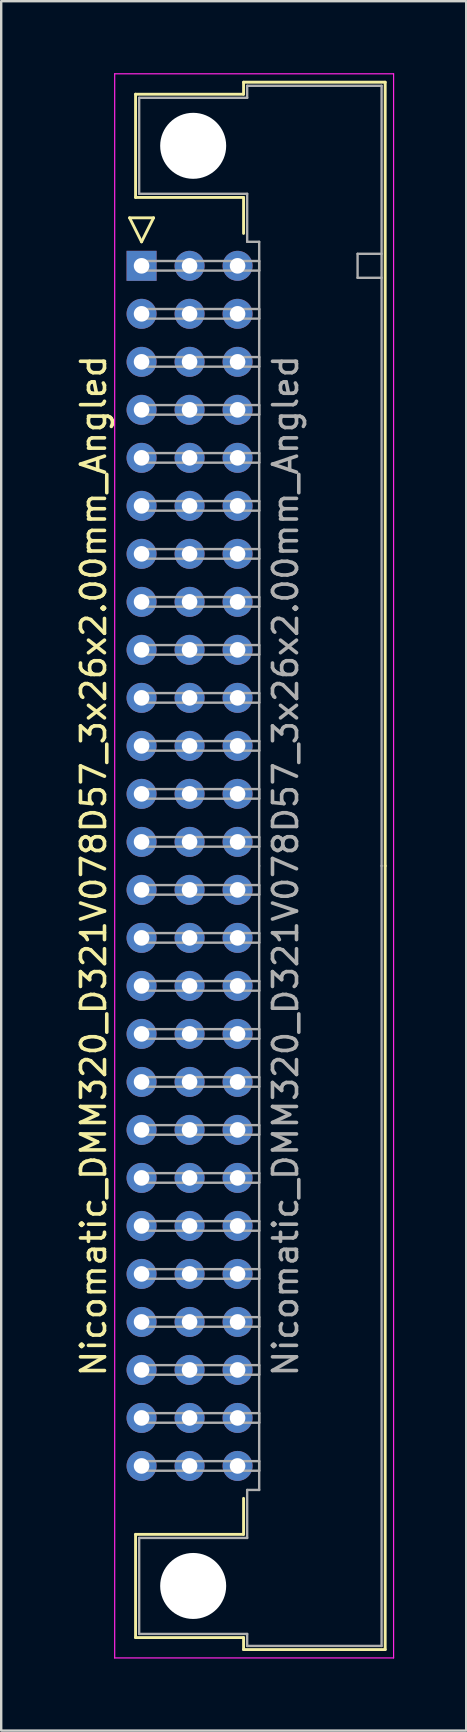
<source format=kicad_pcb>
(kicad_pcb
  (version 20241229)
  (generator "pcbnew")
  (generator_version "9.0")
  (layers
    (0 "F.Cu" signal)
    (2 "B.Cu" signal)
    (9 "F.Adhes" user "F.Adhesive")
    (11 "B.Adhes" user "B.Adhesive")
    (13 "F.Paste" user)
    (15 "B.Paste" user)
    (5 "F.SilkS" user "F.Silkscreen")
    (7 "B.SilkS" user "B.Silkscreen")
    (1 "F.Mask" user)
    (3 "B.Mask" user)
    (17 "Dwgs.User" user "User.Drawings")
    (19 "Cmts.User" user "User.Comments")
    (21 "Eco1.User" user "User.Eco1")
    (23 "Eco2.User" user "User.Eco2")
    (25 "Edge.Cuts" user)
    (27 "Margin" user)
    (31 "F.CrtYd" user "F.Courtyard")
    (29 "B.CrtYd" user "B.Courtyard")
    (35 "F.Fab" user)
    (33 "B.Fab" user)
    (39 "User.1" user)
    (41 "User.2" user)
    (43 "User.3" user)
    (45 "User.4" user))
  (footprint "Nicomatic_DMM320_D321V078D57_3x26x2.00mm_Angled"
    (layer "F.Cu")
    (at 2.848 8.025)
    (property "Reference" "Nicomatic_DMM320_D321V078D57_3x26x2.00mm_Angled" (at -2 25 90) (layer "F.SilkS") (effects (font (size 1 1) (thickness 0.15))))
    (attr through_hole)
    (fp_line (start -0.5 -2) (end 0 -1) (stroke (width 0.12) (type solid)) (layer "F.SilkS"))
    (fp_line (start -0.25 -7.15) (end -0.25 -2.85) (stroke (width 0.12) (type solid)) (layer "F.SilkS"))
    (fp_line (start -0.25 -2.85) (end 4.25 -2.85) (stroke (width 0.12) (type solid)) (layer "F.SilkS"))
    (fp_line (start -0.25 52.85) (end 4.25 52.85) (stroke (width 0.12) (type solid)) (layer "F.SilkS"))
    (fp_line (start -0.25 57.15) (end -0.25 52.85) (stroke (width 0.12) (type solid)) (layer "F.SilkS"))
    (fp_line (start 0 -1) (end 0.5 -2) (stroke (width 0.12) (type solid)) (layer "F.SilkS"))
    (fp_line (start 0.5 -2) (end -0.5 -2) (stroke (width 0.12) (type solid)) (layer "F.SilkS"))
    (fp_line (start 4.25 -7.65) (end 4.25 -7.15) (stroke (width 0.12) (type solid)) (layer "F.SilkS"))
    (fp_line (start 4.25 -7.15) (end -0.25 -7.15) (stroke (width 0.12) (type solid)) (layer "F.SilkS"))
    (fp_line (start 4.25 -2.85) (end 4.25 -1.35) (stroke (width 0.12) (type solid)) (layer "F.SilkS"))
    (fp_line (start 4.25 52.85) (end 4.25 51.35) (stroke (width 0.12) (type solid)) (layer "F.SilkS"))
    (fp_line (start 4.25 57.15) (end -0.25 57.15) (stroke (width 0.12) (type solid)) (layer "F.SilkS"))
    (fp_line (start 4.25 57.65) (end 4.25 57.15) (stroke (width 0.12) (type solid)) (layer "F.SilkS"))
    (fp_line (start 10.15 -7.65) (end 4.25 -7.65) (stroke (width 0.12) (type solid)) (layer "F.SilkS"))
    (fp_line (start 10.15 25) (end 10.15 -7.65) (stroke (width 0.12) (type solid)) (layer "F.SilkS"))
    (fp_line (start 10.15 25) (end 10.15 57.65) (stroke (width 0.12) (type solid)) (layer "F.SilkS"))
    (fp_line (start 10.15 57.65) (end 4.25 57.65) (stroke (width 0.12) (type solid)) (layer "F.SilkS"))
    (fp_line (start -1.12 -8) (end -1.12 58) (stroke (width 0.05) (type solid)) (layer "F.CrtYd"))
    (fp_line (start -1.12 58) (end 10.5 58) (stroke (width 0.05) (type solid)) (layer "F.CrtYd"))
    (fp_line (start 10.5 -8) (end -1.12 -8) (stroke (width 0.05) (type solid)) (layer "F.CrtYd"))
    (fp_line (start 10.5 58) (end 10.5 -8) (stroke (width 0.05) (type solid)) (layer "F.CrtYd"))
    (fp_line (start -0.1 -7) (end -0.1 -3) (stroke (width 0.1) (type solid)) (layer "F.Fab"))
    (fp_line (start -0.1 -3) (end 4.4 -3) (stroke (width 0.1) (type solid)) (layer "F.Fab"))
    (fp_line (start -0.1 53) (end 4.4 53) (stroke (width 0.1) (type solid)) (layer "F.Fab"))
    (fp_line (start -0.1 57) (end -0.1 53) (stroke (width 0.1) (type solid)) (layer "F.Fab"))
    (fp_line (start 0 -0.2) (end 0 0.2) (stroke (width 0.1) (type solid)) (layer "F.Fab"))
    (fp_line (start 0 0.2) (end 4.9 0.2) (stroke (width 0.1) (type solid)) (layer "F.Fab"))
    (fp_line (start 0 1.8) (end 0 2.2) (stroke (width 0.1) (type solid)) (layer "F.Fab"))
    (fp_line (start 0 2.2) (end 4.9 2.2) (stroke (width 0.1) (type solid)) (layer "F.Fab"))
    (fp_line (start 0 3.8) (end 0 4.2) (stroke (width 0.1) (type solid)) (layer "F.Fab"))
    (fp_line (start 0 4.2) (end 4.9 4.2) (stroke (width 0.1) (type solid)) (layer "F.Fab"))
    (fp_line (start 0 5.8) (end 0 6.2) (stroke (width 0.1) (type solid)) (layer "F.Fab"))
    (fp_line (start 0 6.2) (end 4.9 6.2) (stroke (width 0.1) (type solid)) (layer "F.Fab"))
    (fp_line (start 0 7.8) (end 0 8.2) (stroke (width 0.1) (type solid)) (layer "F.Fab"))
    (fp_line (start 0 8.2) (end 4.9 8.2) (stroke (width 0.1) (type solid)) (layer "F.Fab"))
    (fp_line (start 0 9.8) (end 0 10.2) (stroke (width 0.1) (type solid)) (layer "F.Fab"))
    (fp_line (start 0 10.2) (end 4.9 10.2) (stroke (width 0.1) (type solid)) (layer "F.Fab"))
    (fp_line (start 0 11.8) (end 0 12.2) (stroke (width 0.1) (type solid)) (layer "F.Fab"))
    (fp_line (start 0 12.2) (end 4.9 12.2) (stroke (width 0.1) (type solid)) (layer "F.Fab"))
    (fp_line (start 0 13.8) (end 0 14.2) (stroke (width 0.1) (type solid)) (layer "F.Fab"))
    (fp_line (start 0 14.2) (end 4.9 14.2) (stroke (width 0.1) (type solid)) (layer "F.Fab"))
    (fp_line (start 0 15.8) (end 0 16.2) (stroke (width 0.1) (type solid)) (layer "F.Fab"))
    (fp_line (start 0 16.2) (end 4.9 16.2) (stroke (width 0.1) (type solid)) (layer "F.Fab"))
    (fp_line (start 0 17.8) (end 0 18.2) (stroke (width 0.1) (type solid)) (layer "F.Fab"))
    (fp_line (start 0 18.2) (end 4.9 18.2) (stroke (width 0.1) (type solid)) (layer "F.Fab"))
    (fp_line (start 0 19.8) (end 0 20.2) (stroke (width 0.1) (type solid)) (layer "F.Fab"))
    (fp_line (start 0 20.2) (end 4.9 20.2) (stroke (width 0.1) (type solid)) (layer "F.Fab"))
    (fp_line (start 0 21.8) (end 0 22.2) (stroke (width 0.1) (type solid)) (layer "F.Fab"))
    (fp_line (start 0 22.2) (end 4.9 22.2) (stroke (width 0.1) (type solid)) (layer "F.Fab"))
    (fp_line (start 0 23.8) (end 0 24.2) (stroke (width 0.1) (type solid)) (layer "F.Fab"))
    (fp_line (start 0 24.2) (end 4.9 24.2) (stroke (width 0.1) (type solid)) (layer "F.Fab"))
    (fp_line (start 0 25.8) (end 0 26.2) (stroke (width 0.1) (type solid)) (layer "F.Fab"))
    (fp_line (start 0 26.2) (end 4.9 26.2) (stroke (width 0.1) (type solid)) (layer "F.Fab"))
    (fp_line (start 0 27.8) (end 0 28.2) (stroke (width 0.1) (type solid)) (layer "F.Fab"))
    (fp_line (start 0 28.2) (end 4.9 28.2) (stroke (width 0.1) (type solid)) (layer "F.Fab"))
    (fp_line (start 0 29.8) (end 0 30.2) (stroke (width 0.1) (type solid)) (layer "F.Fab"))
    (fp_line (start 0 30.2) (end 4.9 30.2) (stroke (width 0.1) (type solid)) (layer "F.Fab"))
    (fp_line (start 0 31.8) (end 0 32.2) (stroke (width 0.1) (type solid)) (layer "F.Fab"))
    (fp_line (start 0 32.2) (end 4.9 32.2) (stroke (width 0.1) (type solid)) (layer "F.Fab"))
    (fp_line (start 0 33.8) (end 0 34.2) (stroke (width 0.1) (type solid)) (layer "F.Fab"))
    (fp_line (start 0 34.2) (end 4.9 34.2) (stroke (width 0.1) (type solid)) (layer "F.Fab"))
    (fp_line (start 0 35.8) (end 0 36.2) (stroke (width 0.1) (type solid)) (layer "F.Fab"))
    (fp_line (start 0 36.2) (end 4.9 36.2) (stroke (width 0.1) (type solid)) (layer "F.Fab"))
    (fp_line (start 0 37.8) (end 0 38.2) (stroke (width 0.1) (type solid)) (layer "F.Fab"))
    (fp_line (start 0 38.2) (end 4.9 38.2) (stroke (width 0.1) (type solid)) (layer "F.Fab"))
    (fp_line (start 0 39.8) (end 0 40.2) (stroke (width 0.1) (type solid)) (layer "F.Fab"))
    (fp_line (start 0 40.2) (end 4.9 40.2) (stroke (width 0.1) (type solid)) (layer "F.Fab"))
    (fp_line (start 0 41.8) (end 0 42.2) (stroke (width 0.1) (type solid)) (layer "F.Fab"))
    (fp_line (start 0 42.2) (end 4.9 42.2) (stroke (width 0.1) (type solid)) (layer "F.Fab"))
    (fp_line (start 0 43.8) (end 0 44.2) (stroke (width 0.1) (type solid)) (layer "F.Fab"))
    (fp_line (start 0 44.2) (end 4.9 44.2) (stroke (width 0.1) (type solid)) (layer "F.Fab"))
    (fp_line (start 0 45.8) (end 0 46.2) (stroke (width 0.1) (type solid)) (layer "F.Fab"))
    (fp_line (start 0 46.2) (end 4.9 46.2) (stroke (width 0.1) (type solid)) (layer "F.Fab"))
    (fp_line (start 0 47.8) (end 0 48.2) (stroke (width 0.1) (type solid)) (layer "F.Fab"))
    (fp_line (start 0 48.2) (end 4.9 48.2) (stroke (width 0.1) (type solid)) (layer "F.Fab"))
    (fp_line (start 0 49.8) (end 0 50.2) (stroke (width 0.1) (type solid)) (layer "F.Fab"))
    (fp_line (start 0 50.2) (end 4.9 50.2) (stroke (width 0.1) (type solid)) (layer "F.Fab"))
    (fp_line (start 4.4 -7.5) (end 4.4 -7) (stroke (width 0.1) (type solid)) (layer "F.Fab"))
    (fp_line (start 4.4 -7) (end -0.1 -7) (stroke (width 0.1) (type solid)) (layer "F.Fab"))
    (fp_line (start 4.4 -3) (end 4.4 -1) (stroke (width 0.1) (type solid)) (layer "F.Fab"))
    (fp_line (start 4.4 -1) (end 4.9 -1) (stroke (width 0.1) (type solid)) (layer "F.Fab"))
    (fp_line (start 4.4 51) (end 4.9 51) (stroke (width 0.1) (type solid)) (layer "F.Fab"))
    (fp_line (start 4.4 53) (end 4.4 51) (stroke (width 0.1) (type solid)) (layer "F.Fab"))
    (fp_line (start 4.4 57) (end -0.1 57) (stroke (width 0.1) (type solid)) (layer "F.Fab"))
    (fp_line (start 4.4 57.5) (end 4.4 57) (stroke (width 0.1) (type solid)) (layer "F.Fab"))
    (fp_line (start 4.9 -1) (end 4.9 25) (stroke (width 0.1) (type solid)) (layer "F.Fab"))
    (fp_line (start 4.9 -0.2) (end 0 -0.2) (stroke (width 0.1) (type solid)) (layer "F.Fab"))
    (fp_line (start 4.9 0.2) (end 4.9 -0.2) (stroke (width 0.1) (type solid)) (layer "F.Fab"))
    (fp_line (start 4.9 1.8) (end 0 1.8) (stroke (width 0.1) (type solid)) (layer "F.Fab"))
    (fp_line (start 4.9 2.2) (end 4.9 1.8) (stroke (width 0.1) (type solid)) (layer "F.Fab"))
    (fp_line (start 4.9 3.8) (end 0 3.8) (stroke (width 0.1) (type solid)) (layer "F.Fab"))
    (fp_line (start 4.9 4.2) (end 4.9 3.8) (stroke (width 0.1) (type solid)) (layer "F.Fab"))
    (fp_line (start 4.9 5.8) (end 0 5.8) (stroke (width 0.1) (type solid)) (layer "F.Fab"))
    (fp_line (start 4.9 6.2) (end 4.9 5.8) (stroke (width 0.1) (type solid)) (layer "F.Fab"))
    (fp_line (start 4.9 7.8) (end 0 7.8) (stroke (width 0.1) (type solid)) (layer "F.Fab"))
    (fp_line (start 4.9 8.2) (end 4.9 7.8) (stroke (width 0.1) (type solid)) (layer "F.Fab"))
    (fp_line (start 4.9 9.8) (end 0 9.8) (stroke (width 0.1) (type solid)) (layer "F.Fab"))
    (fp_line (start 4.9 10.2) (end 4.9 9.8) (stroke (width 0.1) (type solid)) (layer "F.Fab"))
    (fp_line (start 4.9 11.8) (end 0 11.8) (stroke (width 0.1) (type solid)) (layer "F.Fab"))
    (fp_line (start 4.9 12.2) (end 4.9 11.8) (stroke (width 0.1) (type solid)) (layer "F.Fab"))
    (fp_line (start 4.9 13.8) (end 0 13.8) (stroke (width 0.1) (type solid)) (layer "F.Fab"))
    (fp_line (start 4.9 14.2) (end 4.9 13.8) (stroke (width 0.1) (type solid)) (layer "F.Fab"))
    (fp_line (start 4.9 15.8) (end 0 15.8) (stroke (width 0.1) (type solid)) (layer "F.Fab"))
    (fp_line (start 4.9 16.2) (end 4.9 15.8) (stroke (width 0.1) (type solid)) (layer "F.Fab"))
    (fp_line (start 4.9 17.8) (end 0 17.8) (stroke (width 0.1) (type solid)) (layer "F.Fab"))
    (fp_line (start 4.9 18.2) (end 4.9 17.8) (stroke (width 0.1) (type solid)) (layer "F.Fab"))
    (fp_line (start 4.9 19.8) (end 0 19.8) (stroke (width 0.1) (type solid)) (layer "F.Fab"))
    (fp_line (start 4.9 20.2) (end 4.9 19.8) (stroke (width 0.1) (type solid)) (layer "F.Fab"))
    (fp_line (start 4.9 21.8) (end 0 21.8) (stroke (width 0.1) (type solid)) (layer "F.Fab"))
    (fp_line (start 4.9 22.2) (end 4.9 21.8) (stroke (width 0.1) (type solid)) (layer "F.Fab"))
    (fp_line (start 4.9 23.8) (end 0 23.8) (stroke (width 0.1) (type solid)) (layer "F.Fab"))
    (fp_line (start 4.9 24.2) (end 4.9 23.8) (stroke (width 0.1) (type solid)) (layer "F.Fab"))
    (fp_line (start 4.9 25.8) (end 0 25.8) (stroke (width 0.1) (type solid)) (layer "F.Fab"))
    (fp_line (start 4.9 26.2) (end 4.9 25.8) (stroke (width 0.1) (type solid)) (layer "F.Fab"))
    (fp_line (start 4.9 27.8) (end 0 27.8) (stroke (width 0.1) (type solid)) (layer "F.Fab"))
    (fp_line (start 4.9 28.2) (end 4.9 27.8) (stroke (width 0.1) (type solid)) (layer "F.Fab"))
    (fp_line (start 4.9 29.8) (end 0 29.8) (stroke (width 0.1) (type solid)) (layer "F.Fab"))
    (fp_line (start 4.9 30.2) (end 4.9 29.8) (stroke (width 0.1) (type solid)) (layer "F.Fab"))
    (fp_line (start 4.9 31.8) (end 0 31.8) (stroke (width 0.1) (type solid)) (layer "F.Fab"))
    (fp_line (start 4.9 32.2) (end 4.9 31.8) (stroke (width 0.1) (type solid)) (layer "F.Fab"))
    (fp_line (start 4.9 33.8) (end 0 33.8) (stroke (width 0.1) (type solid)) (layer "F.Fab"))
    (fp_line (start 4.9 34.2) (end 4.9 33.8) (stroke (width 0.1) (type solid)) (layer "F.Fab"))
    (fp_line (start 4.9 35.8) (end 0 35.8) (stroke (width 0.1) (type solid)) (layer "F.Fab"))
    (fp_line (start 4.9 36.2) (end 4.9 35.8) (stroke (width 0.1) (type solid)) (layer "F.Fab"))
    (fp_line (start 4.9 37.8) (end 0 37.8) (stroke (width 0.1) (type solid)) (layer "F.Fab"))
    (fp_line (start 4.9 38.2) (end 4.9 37.8) (stroke (width 0.1) (type solid)) (layer "F.Fab"))
    (fp_line (start 4.9 39.8) (end 0 39.8) (stroke (width 0.1) (type solid)) (layer "F.Fab"))
    (fp_line (start 4.9 40.2) (end 4.9 39.8) (stroke (width 0.1) (type solid)) (layer "F.Fab"))
    (fp_line (start 4.9 41.8) (end 0 41.8) (stroke (width 0.1) (type solid)) (layer "F.Fab"))
    (fp_line (start 4.9 42.2) (end 4.9 41.8) (stroke (width 0.1) (type solid)) (layer "F.Fab"))
    (fp_line (start 4.9 43.8) (end 0 43.8) (stroke (width 0.1) (type solid)) (layer "F.Fab"))
    (fp_line (start 4.9 44.2) (end 4.9 43.8) (stroke (width 0.1) (type solid)) (layer "F.Fab"))
    (fp_line (start 4.9 45.8) (end 0 45.8) (stroke (width 0.1) (type solid)) (layer "F.Fab"))
    (fp_line (start 4.9 46.2) (end 4.9 45.8) (stroke (width 0.1) (type solid)) (layer "F.Fab"))
    (fp_line (start 4.9 47.8) (end 0 47.8) (stroke (width 0.1) (type solid)) (layer "F.Fab"))
    (fp_line (start 4.9 48.2) (end 4.9 47.8) (stroke (width 0.1) (type solid)) (layer "F.Fab"))
    (fp_line (start 4.9 49.8) (end 0 49.8) (stroke (width 0.1) (type solid)) (layer "F.Fab"))
    (fp_line (start 4.9 50.2) (end 4.9 49.8) (stroke (width 0.1) (type solid)) (layer "F.Fab"))
    (fp_line (start 4.9 51) (end 4.9 25) (stroke (width 0.1) (type solid)) (layer "F.Fab"))
    (fp_line (start 9 -0.5) (end 9 0.5) (stroke (width 0.1) (type solid)) (layer "F.Fab"))
    (fp_line (start 9 0.5) (end 10 0.5) (stroke (width 0.1) (type solid)) (layer "F.Fab"))
    (fp_line (start 10 -7.5) (end 4.4 -7.5) (stroke (width 0.1) (type solid)) (layer "F.Fab"))
    (fp_line (start 10 -0.5) (end 9 -0.5) (stroke (width 0.1) (type solid)) (layer "F.Fab"))
    (fp_line (start 10 25) (end 10 -7.5) (stroke (width 0.1) (type solid)) (layer "F.Fab"))
    (fp_line (start 10 25) (end 10 57.5) (stroke (width 0.1) (type solid)) (layer "F.Fab"))
    (fp_line (start 10 57.5) (end 4.4 57.5) (stroke (width 0.1) (type solid)) (layer "F.Fab"))
    (fp_text user "${REFERENCE}" (at 6 25 90) (layer "F.Fab") (effects (font (size 1 1) (thickness 0.15))))
    (pad "" np_thru_hole circle (at 2.15 -5) (size 2.75 2.75) (drill 2.75) (layers "*.Cu" "*.Mask"))
    (pad "" np_thru_hole circle (at 2.15 55) (size 2.75 2.75) (drill 2.75) (layers "*.Cu" "*.Mask"))
    (pad "1" thru_hole rect (at 0 0) (size 1.25 1.25) (drill 0.65) (layers "*.Cu" "*.Mask"))
    (pad "2" thru_hole oval (at 0 2) (size 1.25 1.25) (drill 0.65) (layers "*.Cu" "*.Mask"))
    (pad "3" thru_hole oval (at 0 4) (size 1.25 1.25) (drill 0.65) (layers "*.Cu" "*.Mask"))
    (pad "4" thru_hole oval (at 0 6) (size 1.25 1.25) (drill 0.65) (layers "*.Cu" "*.Mask"))
    (pad "5" thru_hole oval (at 0 8) (size 1.25 1.25) (drill 0.65) (layers "*.Cu" "*.Mask"))
    (pad "6" thru_hole oval (at 0 10) (size 1.25 1.25) (drill 0.65) (layers "*.Cu" "*.Mask"))
    (pad "7" thru_hole oval (at 0 12) (size 1.25 1.25) (drill 0.65) (layers "*.Cu" "*.Mask"))
    (pad "8" thru_hole oval (at 0 14) (size 1.25 1.25) (drill 0.65) (layers "*.Cu" "*.Mask"))
    (pad "9" thru_hole oval (at 0 16) (size 1.25 1.25) (drill 0.65) (layers "*.Cu" "*.Mask"))
    (pad "10" thru_hole oval (at 0 18) (size 1.25 1.25) (drill 0.65) (layers "*.Cu" "*.Mask"))
    (pad "11" thru_hole oval (at 0 20) (size 1.25 1.25) (drill 0.65) (layers "*.Cu" "*.Mask"))
    (pad "12" thru_hole oval (at 0 22) (size 1.25 1.25) (drill 0.65) (layers "*.Cu" "*.Mask"))
    (pad "13" thru_hole oval (at 0 24) (size 1.25 1.25) (drill 0.65) (layers "*.Cu" "*.Mask"))
    (pad "14" thru_hole oval (at 0 26) (size 1.25 1.25) (drill 0.65) (layers "*.Cu" "*.Mask"))
    (pad "15" thru_hole oval (at 0 28) (size 1.25 1.25) (drill 0.65) (layers "*.Cu" "*.Mask"))
    (pad "16" thru_hole oval (at 0 30) (size 1.25 1.25) (drill 0.65) (layers "*.Cu" "*.Mask"))
    (pad "17" thru_hole oval (at 0 32) (size 1.25 1.25) (drill 0.65) (layers "*.Cu" "*.Mask"))
    (pad "18" thru_hole oval (at 0 34) (size 1.25 1.25) (drill 0.65) (layers "*.Cu" "*.Mask"))
    (pad "19" thru_hole oval (at 0 36) (size 1.25 1.25) (drill 0.65) (layers "*.Cu" "*.Mask"))
    (pad "20" thru_hole oval (at 0 38) (size 1.25 1.25) (drill 0.65) (layers "*.Cu" "*.Mask"))
    (pad "21" thru_hole oval (at 0 40) (size 1.25 1.25) (drill 0.65) (layers "*.Cu" "*.Mask"))
    (pad "22" thru_hole oval (at 0 42) (size 1.25 1.25) (drill 0.65) (layers "*.Cu" "*.Mask"))
    (pad "23" thru_hole oval (at 0 44) (size 1.25 1.25) (drill 0.65) (layers "*.Cu" "*.Mask"))
    (pad "24" thru_hole oval (at 0 46) (size 1.25 1.25) (drill 0.65) (layers "*.Cu" "*.Mask"))
    (pad "25" thru_hole oval (at 0 48) (size 1.25 1.25) (drill 0.65) (layers "*.Cu" "*.Mask"))
    (pad "26" thru_hole oval (at 0 50) (size 1.25 1.25) (drill 0.65) (layers "*.Cu" "*.Mask"))
    (pad "27" thru_hole oval (at 2 0) (size 1.25 1.25) (drill 0.65) (layers "*.Cu" "*.Mask"))
    (pad "28" thru_hole oval (at 2 2) (size 1.25 1.25) (drill 0.65) (layers "*.Cu" "*.Mask"))
    (pad "29" thru_hole oval (at 2 4) (size 1.25 1.25) (drill 0.65) (layers "*.Cu" "*.Mask"))
    (pad "30" thru_hole oval (at 2 6) (size 1.25 1.25) (drill 0.65) (layers "*.Cu" "*.Mask"))
    (pad "31" thru_hole oval (at 2 8) (size 1.25 1.25) (drill 0.65) (layers "*.Cu" "*.Mask"))
    (pad "32" thru_hole oval (at 2 10) (size 1.25 1.25) (drill 0.65) (layers "*.Cu" "*.Mask"))
    (pad "33" thru_hole oval (at 2 12) (size 1.25 1.25) (drill 0.65) (layers "*.Cu" "*.Mask"))
    (pad "34" thru_hole oval (at 2 14) (size 1.25 1.25) (drill 0.65) (layers "*.Cu" "*.Mask"))
    (pad "35" thru_hole oval (at 2 16) (size 1.25 1.25) (drill 0.65) (layers "*.Cu" "*.Mask"))
    (pad "36" thru_hole oval (at 2 18) (size 1.25 1.25) (drill 0.65) (layers "*.Cu" "*.Mask"))
    (pad "37" thru_hole oval (at 2 20) (size 1.25 1.25) (drill 0.65) (layers "*.Cu" "*.Mask"))
    (pad "38" thru_hole oval (at 2 22) (size 1.25 1.25) (drill 0.65) (layers "*.Cu" "*.Mask"))
    (pad "39" thru_hole oval (at 2 24) (size 1.25 1.25) (drill 0.65) (layers "*.Cu" "*.Mask"))
    (pad "40" thru_hole oval (at 2 26) (size 1.25 1.25) (drill 0.65) (layers "*.Cu" "*.Mask"))
    (pad "41" thru_hole oval (at 2 28) (size 1.25 1.25) (drill 0.65) (layers "*.Cu" "*.Mask"))
    (pad "42" thru_hole oval (at 2 30) (size 1.25 1.25) (drill 0.65) (layers "*.Cu" "*.Mask"))
    (pad "43" thru_hole oval (at 2 32) (size 1.25 1.25) (drill 0.65) (layers "*.Cu" "*.Mask"))
    (pad "44" thru_hole oval (at 2 34) (size 1.25 1.25) (drill 0.65) (layers "*.Cu" "*.Mask"))
    (pad "45" thru_hole oval (at 2 36) (size 1.25 1.25) (drill 0.65) (layers "*.Cu" "*.Mask"))
    (pad "46" thru_hole oval (at 2 38) (size 1.25 1.25) (drill 0.65) (layers "*.Cu" "*.Mask"))
    (pad "47" thru_hole oval (at 2 40) (size 1.25 1.25) (drill 0.65) (layers "*.Cu" "*.Mask"))
    (pad "48" thru_hole oval (at 2 42) (size 1.25 1.25) (drill 0.65) (layers "*.Cu" "*.Mask"))
    (pad "49" thru_hole oval (at 2 44) (size 1.25 1.25) (drill 0.65) (layers "*.Cu" "*.Mask"))
    (pad "50" thru_hole oval (at 2 46) (size 1.25 1.25) (drill 0.65) (layers "*.Cu" "*.Mask"))
    (pad "51" thru_hole oval (at 2 48) (size 1.25 1.25) (drill 0.65) (layers "*.Cu" "*.Mask"))
    (pad "52" thru_hole oval (at 2 50) (size 1.25 1.25) (drill 0.65) (layers "*.Cu" "*.Mask"))
    (pad "53" thru_hole oval (at 4 0) (size 1.25 1.25) (drill 0.65) (layers "*.Cu" "*.Mask"))
    (pad "54" thru_hole oval (at 4 2) (size 1.25 1.25) (drill 0.65) (layers "*.Cu" "*.Mask"))
    (pad "55" thru_hole oval (at 4 4) (size 1.25 1.25) (drill 0.65) (layers "*.Cu" "*.Mask"))
    (pad "56" thru_hole oval (at 4 6) (size 1.25 1.25) (drill 0.65) (layers "*.Cu" "*.Mask"))
    (pad "57" thru_hole oval (at 4 8) (size 1.25 1.25) (drill 0.65) (layers "*.Cu" "*.Mask"))
    (pad "58" thru_hole oval (at 4 10) (size 1.25 1.25) (drill 0.65) (layers "*.Cu" "*.Mask"))
    (pad "59" thru_hole oval (at 4 12) (size 1.25 1.25) (drill 0.65) (layers "*.Cu" "*.Mask"))
    (pad "60" thru_hole oval (at 4 14) (size 1.25 1.25) (drill 0.65) (layers "*.Cu" "*.Mask"))
    (pad "61" thru_hole oval (at 4 16) (size 1.25 1.25) (drill 0.65) (layers "*.Cu" "*.Mask"))
    (pad "62" thru_hole oval (at 4 18) (size 1.25 1.25) (drill 0.65) (layers "*.Cu" "*.Mask"))
    (pad "63" thru_hole oval (at 4 20) (size 1.25 1.25) (drill 0.65) (layers "*.Cu" "*.Mask"))
    (pad "64" thru_hole oval (at 4 22) (size 1.25 1.25) (drill 0.65) (layers "*.Cu" "*.Mask"))
    (pad "65" thru_hole oval (at 4 24) (size 1.25 1.25) (drill 0.65) (layers "*.Cu" "*.Mask"))
    (pad "66" thru_hole oval (at 4 26) (size 1.25 1.25) (drill 0.65) (layers "*.Cu" "*.Mask"))
    (pad "67" thru_hole oval (at 4 28) (size 1.25 1.25) (drill 0.65) (layers "*.Cu" "*.Mask"))
    (pad "68" thru_hole oval (at 4 30) (size 1.25 1.25) (drill 0.65) (layers "*.Cu" "*.Mask"))
    (pad "69" thru_hole oval (at 4 32) (size 1.25 1.25) (drill 0.65) (layers "*.Cu" "*.Mask"))
    (pad "70" thru_hole oval (at 4 34) (size 1.25 1.25) (drill 0.65) (layers "*.Cu" "*.Mask"))
    (pad "71" thru_hole oval (at 4 36) (size 1.25 1.25) (drill 0.65) (layers "*.Cu" "*.Mask"))
    (pad "72" thru_hole oval (at 4 38) (size 1.25 1.25) (drill 0.65) (layers "*.Cu" "*.Mask"))
    (pad "73" thru_hole oval (at 4 40) (size 1.25 1.25) (drill 0.65) (layers "*.Cu" "*.Mask"))
    (pad "74" thru_hole oval (at 4 42) (size 1.25 1.25) (drill 0.65) (layers "*.Cu" "*.Mask"))
    (pad "75" thru_hole oval (at 4 44) (size 1.25 1.25) (drill 0.65) (layers "*.Cu" "*.Mask"))
    (pad "76" thru_hole oval (at 4 46) (size 1.25 1.25) (drill 0.65) (layers "*.Cu" "*.Mask"))
    (pad "77" thru_hole oval (at 4 48) (size 1.25 1.25) (drill 0.65) (layers "*.Cu" "*.Mask"))
    (pad "78" thru_hole oval (at 4 50) (size 1.25 1.25) (drill 0.65) (layers "*.Cu" "*.Mask")))
  (gr_rect
    (start -3 -3)
    (end 16.373 69.05)
    (stroke (width 0.1) (type default))
    (fill no)
    (layer "Edge.Cuts")))
</source>
